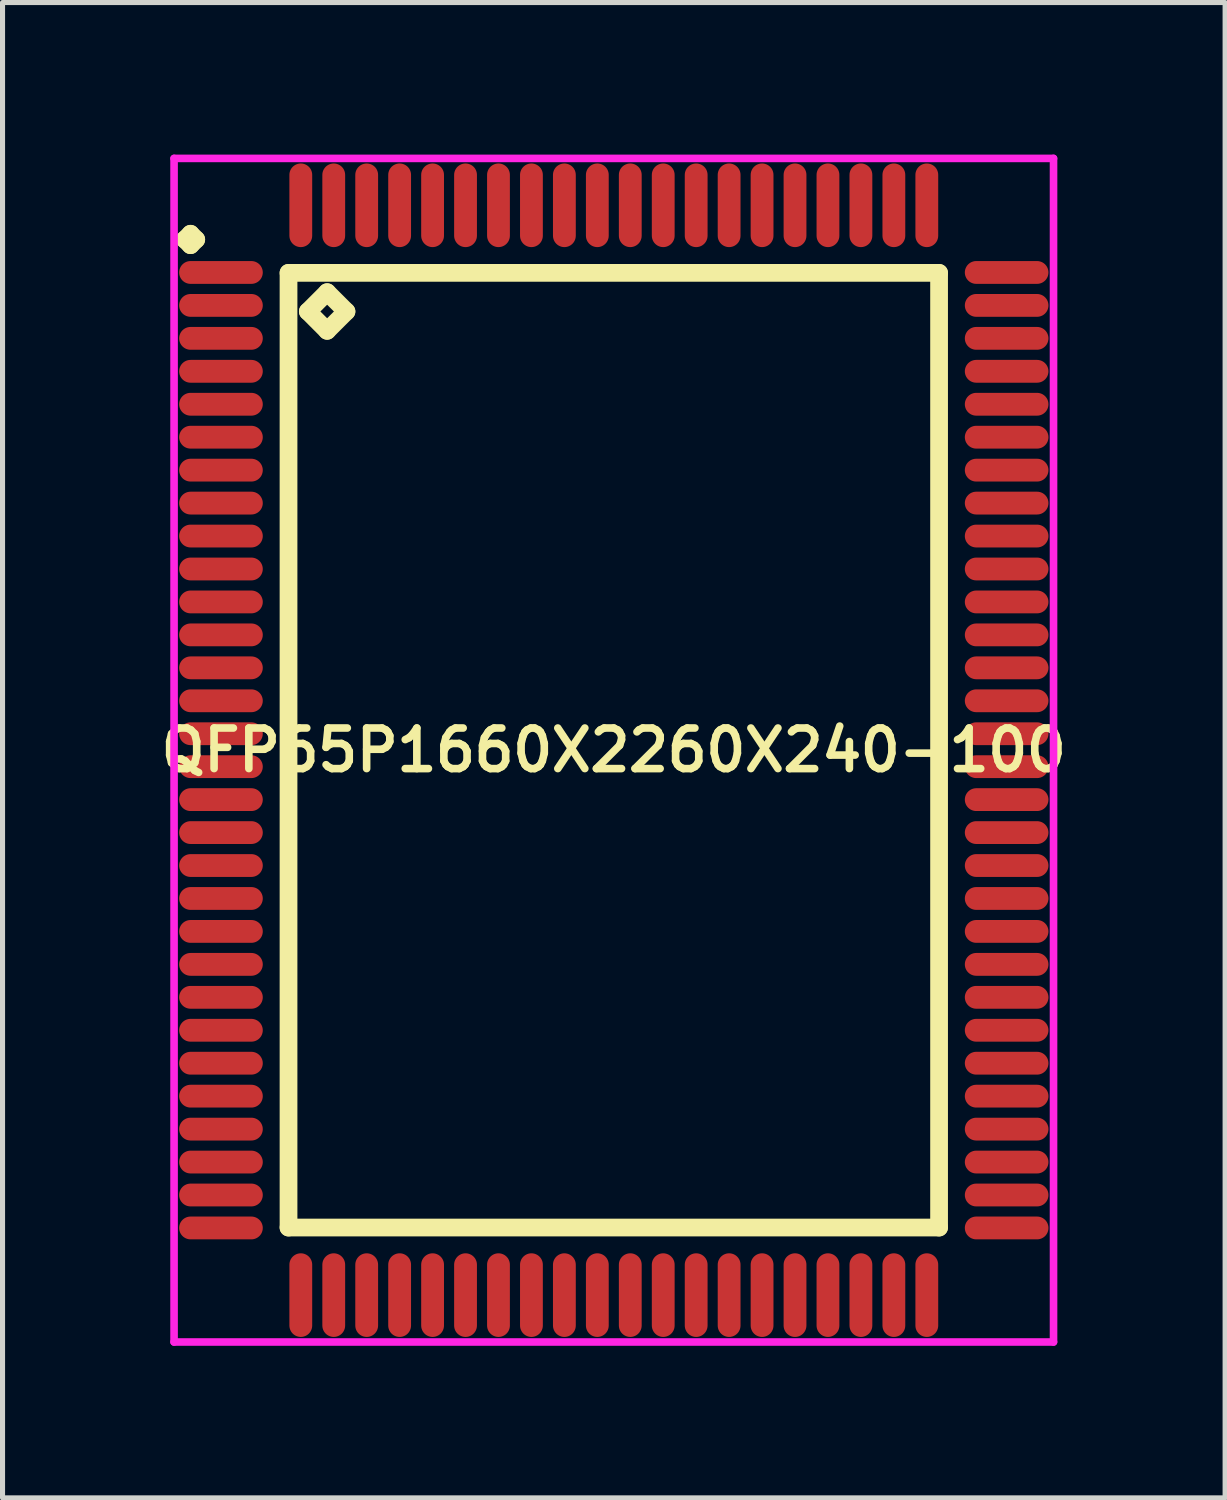
<source format=kicad_pcb>
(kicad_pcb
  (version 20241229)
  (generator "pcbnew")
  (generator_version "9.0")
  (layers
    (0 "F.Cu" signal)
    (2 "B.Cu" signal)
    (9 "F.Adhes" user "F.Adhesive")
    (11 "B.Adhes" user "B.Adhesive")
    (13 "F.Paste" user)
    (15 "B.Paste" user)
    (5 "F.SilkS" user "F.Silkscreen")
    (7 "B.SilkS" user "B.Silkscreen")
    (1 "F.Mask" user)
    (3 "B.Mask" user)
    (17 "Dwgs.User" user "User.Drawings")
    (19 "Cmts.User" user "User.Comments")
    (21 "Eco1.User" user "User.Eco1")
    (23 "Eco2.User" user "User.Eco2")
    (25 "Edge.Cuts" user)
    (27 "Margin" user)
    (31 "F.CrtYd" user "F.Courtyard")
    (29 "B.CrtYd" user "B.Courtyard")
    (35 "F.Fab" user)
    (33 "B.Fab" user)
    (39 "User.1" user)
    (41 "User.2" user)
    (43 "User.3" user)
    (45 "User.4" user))
  (footprint "QFP65P1660X2260X240-100"
    (layer "F.Cu")
    (at 9.059 11.75)
    (property "Reference" "QFP65P1660X2260X240-100" (at 0 0 0) (layer "F.SilkS") (effects (font (size 0.8 0.8) (thickness 0.15))))
    (attr smd)
    (fp_line (start -8.463 -10.075) (end -8.35 -10.188) (stroke (width 0.35) (type solid)) (layer "F.SilkS"))
    (fp_line (start -8.35 -10.188) (end -8.238 -10.075) (stroke (width 0.35) (type solid)) (layer "F.SilkS"))
    (fp_line (start -8.35 -9.963) (end -8.463 -10.075) (stroke (width 0.35) (type solid)) (layer "F.SilkS"))
    (fp_line (start -8.238 -10.075) (end -8.35 -9.963) (stroke (width 0.35) (type solid)) (layer "F.SilkS"))
    (fp_line (start -6.417 -9.417) (end -6.417 9.417) (stroke (width 0.35) (type solid)) (layer "F.SilkS"))
    (fp_line (start -6.417 9.417) (end 6.417 9.417) (stroke (width 0.35) (type solid)) (layer "F.SilkS"))
    (fp_line (start -6.036 -8.655) (end -5.655 -9.036) (stroke (width 0.35) (type solid)) (layer "F.SilkS"))
    (fp_line (start -5.655 -9.036) (end -5.274 -8.655) (stroke (width 0.35) (type solid)) (layer "F.SilkS"))
    (fp_line (start -5.655 -8.274) (end -6.036 -8.655) (stroke (width 0.35) (type solid)) (layer "F.SilkS"))
    (fp_line (start -5.274 -8.655) (end -5.655 -8.274) (stroke (width 0.35) (type solid)) (layer "F.SilkS"))
    (fp_line (start 6.417 -9.417) (end -6.417 -9.417) (stroke (width 0.35) (type solid)) (layer "F.SilkS"))
    (fp_line (start 6.417 9.417) (end 6.417 -9.417) (stroke (width 0.35) (type solid)) (layer "F.SilkS"))
    (fp_line (start -8.675 -11.675) (end 8.675 -11.675) (stroke (width 0.15) (type solid)) (layer "F.CrtYd"))
    (fp_line (start -8.675 11.675) (end -8.675 -11.675) (stroke (width 0.15) (type solid)) (layer "F.CrtYd"))
    (fp_line (start 8.675 -11.675) (end 8.675 11.675) (stroke (width 0.15) (type solid)) (layer "F.CrtYd"))
    (fp_line (start 8.675 11.675) (end -8.675 11.675) (stroke (width 0.15) (type solid)) (layer "F.CrtYd"))
    (pad "1" smd oval (at -7.75 -9.425) (size 1.65 0.45) (layers "F.Cu" "F.Mask" "F.Paste"))
    (pad "2" smd oval (at -7.75 -8.775) (size 1.65 0.45) (layers "F.Cu" "F.Mask" "F.Paste"))
    (pad "3" smd oval (at -7.75 -8.125) (size 1.65 0.45) (layers "F.Cu" "F.Mask" "F.Paste"))
    (pad "4" smd oval (at -7.75 -7.475) (size 1.65 0.45) (layers "F.Cu" "F.Mask" "F.Paste"))
    (pad "5" smd oval (at -7.75 -6.825) (size 1.65 0.45) (layers "F.Cu" "F.Mask" "F.Paste"))
    (pad "6" smd oval (at -7.75 -6.175) (size 1.65 0.45) (layers "F.Cu" "F.Mask" "F.Paste"))
    (pad "7" smd oval (at -7.75 -5.525) (size 1.65 0.45) (layers "F.Cu" "F.Mask" "F.Paste"))
    (pad "8" smd oval (at -7.75 -4.875) (size 1.65 0.45) (layers "F.Cu" "F.Mask" "F.Paste"))
    (pad "9" smd oval (at -7.75 -4.225) (size 1.65 0.45) (layers "F.Cu" "F.Mask" "F.Paste"))
    (pad "10" smd oval (at -7.75 -3.575) (size 1.65 0.45) (layers "F.Cu" "F.Mask" "F.Paste"))
    (pad "11" smd oval (at -7.75 -2.925) (size 1.65 0.45) (layers "F.Cu" "F.Mask" "F.Paste"))
    (pad "12" smd oval (at -7.75 -2.275) (size 1.65 0.45) (layers "F.Cu" "F.Mask" "F.Paste"))
    (pad "13" smd oval (at -7.75 -1.625) (size 1.65 0.45) (layers "F.Cu" "F.Mask" "F.Paste"))
    (pad "14" smd oval (at -7.75 -0.975) (size 1.65 0.45) (layers "F.Cu" "F.Mask" "F.Paste"))
    (pad "15" smd oval (at -7.75 -0.325) (size 1.65 0.45) (layers "F.Cu" "F.Mask" "F.Paste"))
    (pad "16" smd oval (at -7.75 0.325) (size 1.65 0.45) (layers "F.Cu" "F.Mask" "F.Paste"))
    (pad "17" smd oval (at -7.75 0.975) (size 1.65 0.45) (layers "F.Cu" "F.Mask" "F.Paste"))
    (pad "18" smd oval (at -7.75 1.625) (size 1.65 0.45) (layers "F.Cu" "F.Mask" "F.Paste"))
    (pad "19" smd oval (at -7.75 2.275) (size 1.65 0.45) (layers "F.Cu" "F.Mask" "F.Paste"))
    (pad "20" smd oval (at -7.75 2.925) (size 1.65 0.45) (layers "F.Cu" "F.Mask" "F.Paste"))
    (pad "21" smd oval (at -7.75 3.575) (size 1.65 0.45) (layers "F.Cu" "F.Mask" "F.Paste"))
    (pad "22" smd oval (at -7.75 4.225) (size 1.65 0.45) (layers "F.Cu" "F.Mask" "F.Paste"))
    (pad "23" smd oval (at -7.75 4.875) (size 1.65 0.45) (layers "F.Cu" "F.Mask" "F.Paste"))
    (pad "24" smd oval (at -7.75 5.525) (size 1.65 0.45) (layers "F.Cu" "F.Mask" "F.Paste"))
    (pad "25" smd oval (at -7.75 6.175) (size 1.65 0.45) (layers "F.Cu" "F.Mask" "F.Paste"))
    (pad "26" smd oval (at -7.75 6.825) (size 1.65 0.45) (layers "F.Cu" "F.Mask" "F.Paste"))
    (pad "27" smd oval (at -7.75 7.475) (size 1.65 0.45) (layers "F.Cu" "F.Mask" "F.Paste"))
    (pad "28" smd oval (at -7.75 8.125) (size 1.65 0.45) (layers "F.Cu" "F.Mask" "F.Paste"))
    (pad "29" smd oval (at -7.75 8.775) (size 1.65 0.45) (layers "F.Cu" "F.Mask" "F.Paste"))
    (pad "30" smd oval (at -7.75 9.425) (size 1.65 0.45) (layers "F.Cu" "F.Mask" "F.Paste"))
    (pad "31" smd oval (at -6.175 10.75) (size 0.45 1.65) (layers "F.Cu" "F.Mask" "F.Paste"))
    (pad "32" smd oval (at -5.525 10.75) (size 0.45 1.65) (layers "F.Cu" "F.Mask" "F.Paste"))
    (pad "33" smd oval (at -4.875 10.75) (size 0.45 1.65) (layers "F.Cu" "F.Mask" "F.Paste"))
    (pad "34" smd oval (at -4.225 10.75) (size 0.45 1.65) (layers "F.Cu" "F.Mask" "F.Paste"))
    (pad "35" smd oval (at -3.575 10.75) (size 0.45 1.65) (layers "F.Cu" "F.Mask" "F.Paste"))
    (pad "36" smd oval (at -2.925 10.75) (size 0.45 1.65) (layers "F.Cu" "F.Mask" "F.Paste"))
    (pad "37" smd oval (at -2.275 10.75) (size 0.45 1.65) (layers "F.Cu" "F.Mask" "F.Paste"))
    (pad "38" smd oval (at -1.625 10.75) (size 0.45 1.65) (layers "F.Cu" "F.Mask" "F.Paste"))
    (pad "39" smd oval (at -0.975 10.75) (size 0.45 1.65) (layers "F.Cu" "F.Mask" "F.Paste"))
    (pad "40" smd oval (at -0.325 10.75) (size 0.45 1.65) (layers "F.Cu" "F.Mask" "F.Paste"))
    (pad "41" smd oval (at 0.325 10.75) (size 0.45 1.65) (layers "F.Cu" "F.Mask" "F.Paste"))
    (pad "42" smd oval (at 0.975 10.75) (size 0.45 1.65) (layers "F.Cu" "F.Mask" "F.Paste"))
    (pad "43" smd oval (at 1.625 10.75) (size 0.45 1.65) (layers "F.Cu" "F.Mask" "F.Paste"))
    (pad "44" smd oval (at 2.275 10.75) (size 0.45 1.65) (layers "F.Cu" "F.Mask" "F.Paste"))
    (pad "45" smd oval (at 2.925 10.75) (size 0.45 1.65) (layers "F.Cu" "F.Mask" "F.Paste"))
    (pad "46" smd oval (at 3.575 10.75) (size 0.45 1.65) (layers "F.Cu" "F.Mask" "F.Paste"))
    (pad "47" smd oval (at 4.225 10.75) (size 0.45 1.65) (layers "F.Cu" "F.Mask" "F.Paste"))
    (pad "48" smd oval (at 4.875 10.75) (size 0.45 1.65) (layers "F.Cu" "F.Mask" "F.Paste"))
    (pad "49" smd oval (at 5.525 10.75) (size 0.45 1.65) (layers "F.Cu" "F.Mask" "F.Paste"))
    (pad "50" smd oval (at 6.175 10.75) (size 0.45 1.65) (layers "F.Cu" "F.Mask" "F.Paste"))
    (pad "51" smd oval (at 7.75 9.425) (size 1.65 0.45) (layers "F.Cu" "F.Mask" "F.Paste"))
    (pad "52" smd oval (at 7.75 8.775) (size 1.65 0.45) (layers "F.Cu" "F.Mask" "F.Paste"))
    (pad "53" smd oval (at 7.75 8.125) (size 1.65 0.45) (layers "F.Cu" "F.Mask" "F.Paste"))
    (pad "54" smd oval (at 7.75 7.475) (size 1.65 0.45) (layers "F.Cu" "F.Mask" "F.Paste"))
    (pad "55" smd oval (at 7.75 6.825) (size 1.65 0.45) (layers "F.Cu" "F.Mask" "F.Paste"))
    (pad "56" smd oval (at 7.75 6.175) (size 1.65 0.45) (layers "F.Cu" "F.Mask" "F.Paste"))
    (pad "57" smd oval (at 7.75 5.525) (size 1.65 0.45) (layers "F.Cu" "F.Mask" "F.Paste"))
    (pad "58" smd oval (at 7.75 4.875) (size 1.65 0.45) (layers "F.Cu" "F.Mask" "F.Paste"))
    (pad "59" smd oval (at 7.75 4.225) (size 1.65 0.45) (layers "F.Cu" "F.Mask" "F.Paste"))
    (pad "60" smd oval (at 7.75 3.575) (size 1.65 0.45) (layers "F.Cu" "F.Mask" "F.Paste"))
    (pad "61" smd oval (at 7.75 2.925) (size 1.65 0.45) (layers "F.Cu" "F.Mask" "F.Paste"))
    (pad "62" smd oval (at 7.75 2.275) (size 1.65 0.45) (layers "F.Cu" "F.Mask" "F.Paste"))
    (pad "63" smd oval (at 7.75 1.625) (size 1.65 0.45) (layers "F.Cu" "F.Mask" "F.Paste"))
    (pad "64" smd oval (at 7.75 0.975) (size 1.65 0.45) (layers "F.Cu" "F.Mask" "F.Paste"))
    (pad "65" smd oval (at 7.75 0.325) (size 1.65 0.45) (layers "F.Cu" "F.Mask" "F.Paste"))
    (pad "66" smd oval (at 7.75 -0.325) (size 1.65 0.45) (layers "F.Cu" "F.Mask" "F.Paste"))
    (pad "67" smd oval (at 7.75 -0.975) (size 1.65 0.45) (layers "F.Cu" "F.Mask" "F.Paste"))
    (pad "68" smd oval (at 7.75 -1.625) (size 1.65 0.45) (layers "F.Cu" "F.Mask" "F.Paste"))
    (pad "69" smd oval (at 7.75 -2.275) (size 1.65 0.45) (layers "F.Cu" "F.Mask" "F.Paste"))
    (pad "70" smd oval (at 7.75 -2.925) (size 1.65 0.45) (layers "F.Cu" "F.Mask" "F.Paste"))
    (pad "71" smd oval (at 7.75 -3.575) (size 1.65 0.45) (layers "F.Cu" "F.Mask" "F.Paste"))
    (pad "72" smd oval (at 7.75 -4.225) (size 1.65 0.45) (layers "F.Cu" "F.Mask" "F.Paste"))
    (pad "73" smd oval (at 7.75 -4.875) (size 1.65 0.45) (layers "F.Cu" "F.Mask" "F.Paste"))
    (pad "74" smd oval (at 7.75 -5.525) (size 1.65 0.45) (layers "F.Cu" "F.Mask" "F.Paste"))
    (pad "75" smd oval (at 7.75 -6.175) (size 1.65 0.45) (layers "F.Cu" "F.Mask" "F.Paste"))
    (pad "76" smd oval (at 7.75 -6.825) (size 1.65 0.45) (layers "F.Cu" "F.Mask" "F.Paste"))
    (pad "77" smd oval (at 7.75 -7.475) (size 1.65 0.45) (layers "F.Cu" "F.Mask" "F.Paste"))
    (pad "78" smd oval (at 7.75 -8.125) (size 1.65 0.45) (layers "F.Cu" "F.Mask" "F.Paste"))
    (pad "79" smd oval (at 7.75 -8.775) (size 1.65 0.45) (layers "F.Cu" "F.Mask" "F.Paste"))
    (pad "80" smd oval (at 7.75 -9.425) (size 1.65 0.45) (layers "F.Cu" "F.Mask" "F.Paste"))
    (pad "81" smd oval (at 6.175 -10.75) (size 0.45 1.65) (layers "F.Cu" "F.Mask" "F.Paste"))
    (pad "82" smd oval (at 5.525 -10.75) (size 0.45 1.65) (layers "F.Cu" "F.Mask" "F.Paste"))
    (pad "83" smd oval (at 4.875 -10.75) (size 0.45 1.65) (layers "F.Cu" "F.Mask" "F.Paste"))
    (pad "84" smd oval (at 4.225 -10.75) (size 0.45 1.65) (layers "F.Cu" "F.Mask" "F.Paste"))
    (pad "85" smd oval (at 3.575 -10.75) (size 0.45 1.65) (layers "F.Cu" "F.Mask" "F.Paste"))
    (pad "86" smd oval (at 2.925 -10.75) (size 0.45 1.65) (layers "F.Cu" "F.Mask" "F.Paste"))
    (pad "87" smd oval (at 2.275 -10.75) (size 0.45 1.65) (layers "F.Cu" "F.Mask" "F.Paste"))
    (pad "88" smd oval (at 1.625 -10.75) (size 0.45 1.65) (layers "F.Cu" "F.Mask" "F.Paste"))
    (pad "89" smd oval (at 0.975 -10.75) (size 0.45 1.65) (layers "F.Cu" "F.Mask" "F.Paste"))
    (pad "90" smd oval (at 0.325 -10.75) (size 0.45 1.65) (layers "F.Cu" "F.Mask" "F.Paste"))
    (pad "91" smd oval (at -0.325 -10.75) (size 0.45 1.65) (layers "F.Cu" "F.Mask" "F.Paste"))
    (pad "92" smd oval (at -0.975 -10.75) (size 0.45 1.65) (layers "F.Cu" "F.Mask" "F.Paste"))
    (pad "93" smd oval (at -1.625 -10.75) (size 0.45 1.65) (layers "F.Cu" "F.Mask" "F.Paste"))
    (pad "94" smd oval (at -2.275 -10.75) (size 0.45 1.65) (layers "F.Cu" "F.Mask" "F.Paste"))
    (pad "95" smd oval (at -2.925 -10.75) (size 0.45 1.65) (layers "F.Cu" "F.Mask" "F.Paste"))
    (pad "96" smd oval (at -3.575 -10.75) (size 0.45 1.65) (layers "F.Cu" "F.Mask" "F.Paste"))
    (pad "97" smd oval (at -4.225 -10.75) (size 0.45 1.65) (layers "F.Cu" "F.Mask" "F.Paste"))
    (pad "98" smd oval (at -4.875 -10.75) (size 0.45 1.65) (layers "F.Cu" "F.Mask" "F.Paste"))
    (pad "99" smd oval (at -5.525 -10.75) (size 0.45 1.65) (layers "F.Cu" "F.Mask" "F.Paste"))
    (pad "100" smd oval (at -6.175 -10.75) (size 0.45 1.65) (layers "F.Cu" "F.Mask" "F.Paste")))
  (gr_rect
    (start -3 -3)
    (end 21.119 26.5)
    (stroke (width 0.1) (type default))
    (fill no)
    (layer "Edge.Cuts")))
</source>
